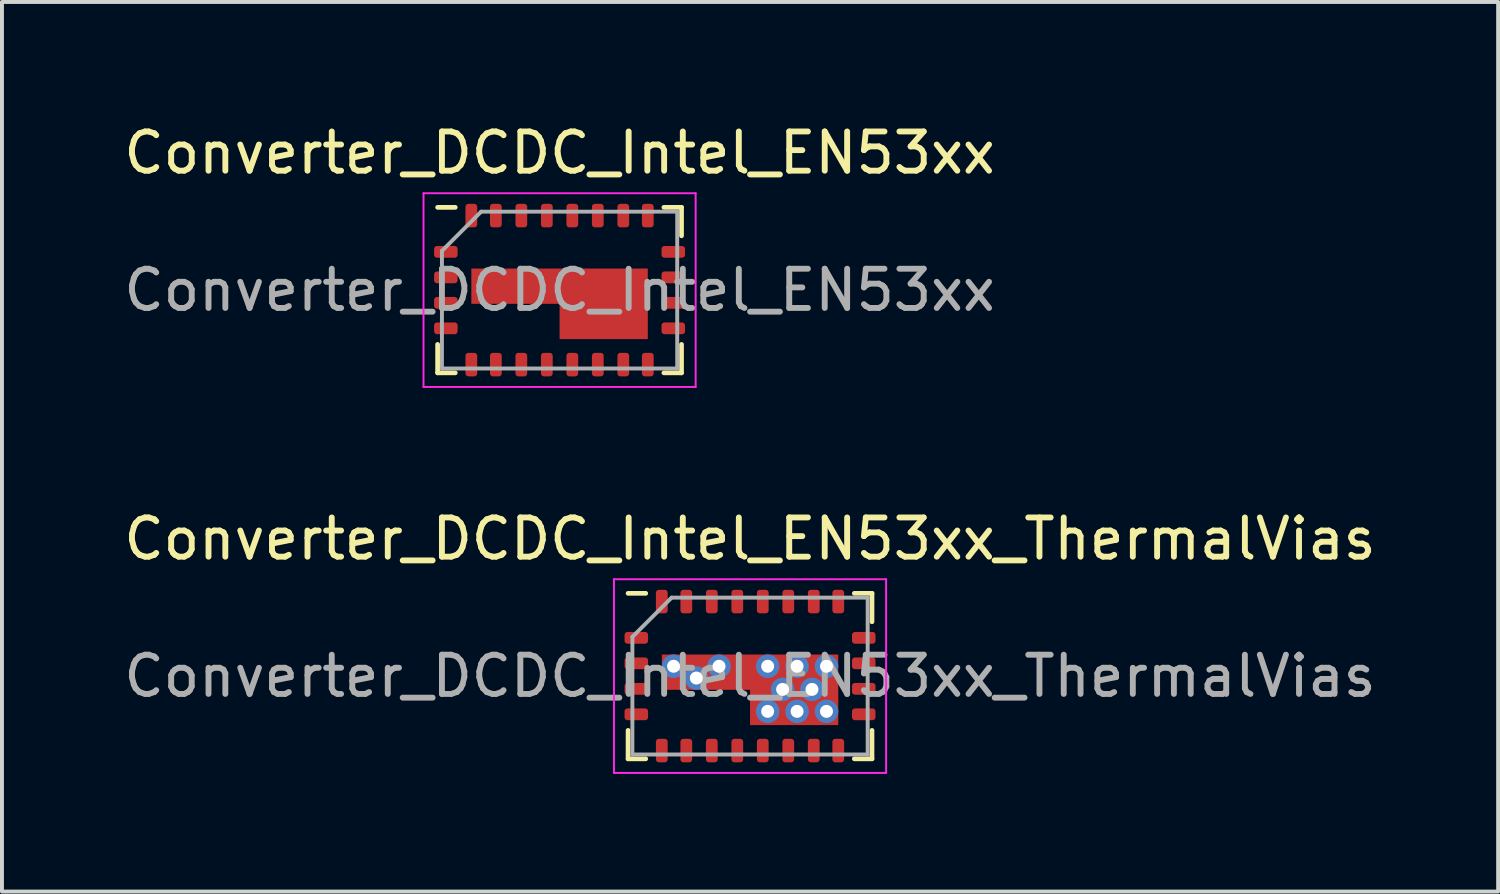
<source format=kicad_pcb>
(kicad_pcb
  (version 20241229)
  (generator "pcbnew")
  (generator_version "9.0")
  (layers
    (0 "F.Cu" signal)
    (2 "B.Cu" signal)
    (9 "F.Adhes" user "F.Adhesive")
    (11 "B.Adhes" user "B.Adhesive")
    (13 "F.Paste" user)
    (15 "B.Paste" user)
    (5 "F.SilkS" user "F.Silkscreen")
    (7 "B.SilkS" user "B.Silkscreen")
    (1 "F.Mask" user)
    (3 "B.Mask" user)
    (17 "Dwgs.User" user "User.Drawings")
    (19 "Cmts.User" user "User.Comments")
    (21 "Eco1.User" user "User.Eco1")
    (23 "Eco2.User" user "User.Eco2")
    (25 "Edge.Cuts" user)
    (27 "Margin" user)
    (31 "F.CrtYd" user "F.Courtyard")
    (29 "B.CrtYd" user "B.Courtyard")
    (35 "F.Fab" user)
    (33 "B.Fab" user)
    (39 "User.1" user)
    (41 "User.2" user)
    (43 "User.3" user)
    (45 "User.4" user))
  (footprint "Converter_DCDC_Intel_EN53xx"
    (layer "F.Cu")
    (at 11.22 4.348)
    (property "Reference" "Converter_DCDC_Intel_EN53xx" (at 0 -3.5 0) (layer "F.SilkS") (effects (font (size 1 1) (thickness 0.15))))
    (attr smd)
    (fp_line (start -3.11 -2.11) (end -2.66 -2.11) (stroke (width 0.12) (type solid)) (layer "F.SilkS"))
    (fp_line (start -3.11 2.11) (end -3.11 1.385) (stroke (width 0.12) (type solid)) (layer "F.SilkS"))
    (fp_line (start -3.11 2.11) (end -2.66 2.11) (stroke (width 0.12) (type solid)) (layer "F.SilkS"))
    (fp_line (start 3.11 -2.11) (end 2.66 -2.11) (stroke (width 0.12) (type solid)) (layer "F.SilkS"))
    (fp_line (start 3.11 -2.11) (end 3.11 -1.385) (stroke (width 0.12) (type solid)) (layer "F.SilkS"))
    (fp_line (start 3.11 1.385) (end 3.11 2.11) (stroke (width 0.12) (type solid)) (layer "F.SilkS"))
    (fp_line (start 3.11 2.11) (end 2.66 2.11) (stroke (width 0.12) (type solid)) (layer "F.SilkS"))
    (fp_line (start -3.47 -2.47) (end 3.47 -2.47) (stroke (width 0.05) (type solid)) (layer "F.CrtYd"))
    (fp_line (start -3.47 2.47) (end -3.47 -2.47) (stroke (width 0.05) (type solid)) (layer "F.CrtYd"))
    (fp_line (start 3.47 -2.47) (end 3.47 2.47) (stroke (width 0.05) (type solid)) (layer "F.CrtYd"))
    (fp_line (start 3.47 2.47) (end -3.47 2.47) (stroke (width 0.05) (type solid)) (layer "F.CrtYd"))
    (fp_line (start -3 -1) (end -3 2) (stroke (width 0.1) (type solid)) (layer "F.Fab"))
    (fp_line (start -3 -1) (end -2 -2) (stroke (width 0.1) (type solid)) (layer "F.Fab"))
    (fp_line (start -2 -2) (end 3 -2) (stroke (width 0.1) (type solid)) (layer "F.Fab"))
    (fp_line (start 3 2) (end -3 2) (stroke (width 0.1) (type solid)) (layer "F.Fab"))
    (fp_line (start 3 2) (end 3 -2) (stroke (width 0.1) (type solid)) (layer "F.Fab"))
    (fp_text user "${REFERENCE}" (at 0 0 0) (layer "F.Fab") (effects (font (size 1 1) (thickness 0.15))))
    (pad "" smd rect (at -1.3 -0.1) (size 1.9 0.9) (layers "F.Mask"))
    (pad "" smd rect (at -1.2 -0.1) (size 0.9 0.57) (layers "F.Paste"))
    (pad "" smd rect (at 0.65 0.35) (size 0.7 0.9) (layers "F.Paste"))
    (pad "" smd rect (at 1.125 0.35) (size 2.25 1.8) (layers "F.Mask"))
    (pad "" smd rect (at 1.65 0.35) (size 0.7 0.9) (layers "F.Paste"))
    (pad "1" smd roundrect (at -2.9 -0.975 90) (size 0.3 0.6) (layers "F.Cu" "F.Mask" "F.Paste") (roundrect_rratio 0.25))
    (pad "2" smd roundrect (at -2.9 -0.325 90) (size 0.3 0.6) (layers "F.Cu" "F.Mask" "F.Paste") (roundrect_rratio 0.25))
    (pad "3" smd roundrect (at -2.9 0.325 90) (size 0.3 0.6) (layers "F.Cu" "F.Mask" "F.Paste") (roundrect_rratio 0.25))
    (pad "4" smd roundrect (at -2.9 0.975 90) (size 0.3 0.6) (layers "F.Cu" "F.Mask" "F.Paste") (roundrect_rratio 0.25))
    (pad "5" smd roundrect (at -2.25 1.9 180) (size 0.3 0.6) (layers "F.Cu" "F.Mask" "F.Paste") (roundrect_rratio 0.25))
    (pad "6" smd roundrect (at -1.625 1.9 180) (size 0.3 0.6) (layers "F.Cu" "F.Mask" "F.Paste") (roundrect_rratio 0.25))
    (pad "7" smd roundrect (at -0.975 1.9 180) (size 0.3 0.6) (layers "F.Cu" "F.Mask" "F.Paste") (roundrect_rratio 0.25))
    (pad "8" smd roundrect (at -0.325 1.9 180) (size 0.3 0.6) (layers "F.Cu" "F.Mask" "F.Paste") (roundrect_rratio 0.25))
    (pad "9" smd roundrect (at 0.325 1.9 180) (size 0.3 0.6) (layers "F.Cu" "F.Mask" "F.Paste") (roundrect_rratio 0.25))
    (pad "10" smd roundrect (at 0.975 1.9 180) (size 0.3 0.6) (layers "F.Cu" "F.Mask" "F.Paste") (roundrect_rratio 0.25))
    (pad "11" smd roundrect (at 1.625 1.9 180) (size 0.3 0.6) (layers "F.Cu" "F.Mask" "F.Paste") (roundrect_rratio 0.25))
    (pad "12" smd roundrect (at 2.25 1.9 180) (size 0.3 0.6) (layers "F.Cu" "F.Mask" "F.Paste") (roundrect_rratio 0.25))
    (pad "13" smd roundrect (at 2.9 0.975 90) (size 0.3 0.6) (layers "F.Cu" "F.Mask" "F.Paste") (roundrect_rratio 0.25))
    (pad "14" smd roundrect (at 2.9 0.325 90) (size 0.3 0.6) (layers "F.Cu" "F.Mask" "F.Paste") (roundrect_rratio 0.25))
    (pad "15" smd roundrect (at 2.9 -0.325 90) (size 0.3 0.6) (layers "F.Cu" "F.Mask" "F.Paste") (roundrect_rratio 0.25))
    (pad "16" smd roundrect (at 2.9 -0.975 90) (size 0.3 0.6) (layers "F.Cu" "F.Mask" "F.Paste") (roundrect_rratio 0.25))
    (pad "17" smd roundrect (at 2.25 -1.9 180) (size 0.3 0.6) (layers "F.Cu" "F.Mask" "F.Paste") (roundrect_rratio 0.25))
    (pad "18" smd roundrect (at 1.625 -1.9 180) (size 0.3 0.6) (layers "F.Cu" "F.Mask" "F.Paste") (roundrect_rratio 0.25))
    (pad "19" smd roundrect (at 0.975 -1.9 180) (size 0.3 0.6) (layers "F.Cu" "F.Mask" "F.Paste") (roundrect_rratio 0.25))
    (pad "20" smd roundrect (at 0.325 -1.9 180) (size 0.3 0.6) (layers "F.Cu" "F.Mask" "F.Paste") (roundrect_rratio 0.25))
    (pad "21" smd roundrect (at -0.325 -1.9 180) (size 0.3 0.6) (layers "F.Cu" "F.Mask" "F.Paste") (roundrect_rratio 0.25))
    (pad "22" smd roundrect (at -0.975 -1.9 180) (size 0.3 0.6) (layers "F.Cu" "F.Mask" "F.Paste") (roundrect_rratio 0.25))
    (pad "23" smd roundrect (at -1.625 -1.9 180) (size 0.3 0.6) (layers "F.Cu" "F.Mask" "F.Paste") (roundrect_rratio 0.25))
    (pad "24" smd roundrect (at -2.25 -1.9) (size 0.3 0.6) (layers "F.Cu" "F.Mask" "F.Paste") (roundrect_rratio 0.25))
    (pad "25" smd custom (at 1.125 0.35) (size 2.25 1.8) (layers "F.Cu") (options (anchor rect)) (primitives (gr_poly (pts (xy -1.125 -0.9) (xy -3.375 -0.9) (xy -3.375 0) (xy -1.125 0)) (width 0) (fill yes)))))
  (footprint "Converter_DCDC_Intel_EN53xx_ThermalVias"
    (layer "F.Cu")
    (at 16.077 14.191)
    (property "Reference" "Converter_DCDC_Intel_EN53xx_ThermalVias" (at 0 -3.5 0) (layer "F.SilkS") (effects (font (size 1 1) (thickness 0.15))))
    (attr smd)
    (fp_line (start -3.11 -2.11) (end -2.66 -2.11) (stroke (width 0.12) (type solid)) (layer "F.SilkS"))
    (fp_line (start -3.11 2.11) (end -3.11 1.385) (stroke (width 0.12) (type solid)) (layer "F.SilkS"))
    (fp_line (start -3.11 2.11) (end -2.66 2.11) (stroke (width 0.12) (type solid)) (layer "F.SilkS"))
    (fp_line (start 3.11 -2.11) (end 2.66 -2.11) (stroke (width 0.12) (type solid)) (layer "F.SilkS"))
    (fp_line (start 3.11 -2.11) (end 3.11 -1.385) (stroke (width 0.12) (type solid)) (layer "F.SilkS"))
    (fp_line (start 3.11 1.385) (end 3.11 2.11) (stroke (width 0.12) (type solid)) (layer "F.SilkS"))
    (fp_line (start 3.11 2.11) (end 2.66 2.11) (stroke (width 0.12) (type solid)) (layer "F.SilkS"))
    (fp_line (start -3.47 -2.47) (end 3.47 -2.47) (stroke (width 0.05) (type solid)) (layer "F.CrtYd"))
    (fp_line (start -3.47 2.47) (end -3.47 -2.47) (stroke (width 0.05) (type solid)) (layer "F.CrtYd"))
    (fp_line (start 3.47 -2.47) (end 3.47 2.47) (stroke (width 0.05) (type solid)) (layer "F.CrtYd"))
    (fp_line (start 3.47 2.47) (end -3.47 2.47) (stroke (width 0.05) (type solid)) (layer "F.CrtYd"))
    (fp_line (start -3 -1) (end -3 2) (stroke (width 0.1) (type solid)) (layer "F.Fab"))
    (fp_line (start -3 -1) (end -2 -2) (stroke (width 0.1) (type solid)) (layer "F.Fab"))
    (fp_line (start -2 -2) (end 3 -2) (stroke (width 0.1) (type solid)) (layer "F.Fab"))
    (fp_line (start 3 2) (end -3 2) (stroke (width 0.1) (type solid)) (layer "F.Fab"))
    (fp_line (start 3 2) (end 3 -2) (stroke (width 0.1) (type solid)) (layer "F.Fab"))
    (fp_text user "${REFERENCE}" (at 0 0 0) (layer "F.Fab") (effects (font (size 1 1) (thickness 0.15))))
    (pad "" smd rect (at -1.3 -0.1) (size 1.9 0.9) (layers "F.Mask"))
    (pad "" smd rect (at -1.2 -0.1) (size 0.9 0.57) (layers "F.Paste"))
    (pad "" smd rect (at 0.65 0.35) (size 0.7 0.9) (layers "F.Paste"))
    (pad "" smd rect (at 1.125 0.35) (size 2.25 1.8) (layers "F.Mask"))
    (pad "" smd rect (at 1.65 0.35) (size 0.7 0.9) (layers "F.Paste"))
    (pad "1" smd roundrect (at -2.9 -0.975 90) (size 0.3 0.6) (layers "F.Cu" "F.Mask" "F.Paste") (roundrect_rratio 0.25))
    (pad "2" smd roundrect (at -2.9 -0.325 90) (size 0.3 0.6) (layers "F.Cu" "F.Mask" "F.Paste") (roundrect_rratio 0.25))
    (pad "3" smd roundrect (at -2.9 0.325 90) (size 0.3 0.6) (layers "F.Cu" "F.Mask" "F.Paste") (roundrect_rratio 0.25))
    (pad "4" smd roundrect (at -2.9 0.975 90) (size 0.3 0.6) (layers "F.Cu" "F.Mask" "F.Paste") (roundrect_rratio 0.25))
    (pad "5" smd roundrect (at -2.25 1.9 180) (size 0.3 0.6) (layers "F.Cu" "F.Mask" "F.Paste") (roundrect_rratio 0.25))
    (pad "6" smd roundrect (at -1.625 1.9 180) (size 0.3 0.6) (layers "F.Cu" "F.Mask" "F.Paste") (roundrect_rratio 0.25))
    (pad "7" smd roundrect (at -0.975 1.9 180) (size 0.3 0.6) (layers "F.Cu" "F.Mask" "F.Paste") (roundrect_rratio 0.25))
    (pad "8" smd roundrect (at -0.325 1.9 180) (size 0.3 0.6) (layers "F.Cu" "F.Mask" "F.Paste") (roundrect_rratio 0.25))
    (pad "9" smd roundrect (at 0.325 1.9 180) (size 0.3 0.6) (layers "F.Cu" "F.Mask" "F.Paste") (roundrect_rratio 0.25))
    (pad "10" smd roundrect (at 0.975 1.9 180) (size 0.3 0.6) (layers "F.Cu" "F.Mask" "F.Paste") (roundrect_rratio 0.25))
    (pad "11" smd roundrect (at 1.625 1.9 180) (size 0.3 0.6) (layers "F.Cu" "F.Mask" "F.Paste") (roundrect_rratio 0.25))
    (pad "12" smd roundrect (at 2.25 1.9 180) (size 0.3 0.6) (layers "F.Cu" "F.Mask" "F.Paste") (roundrect_rratio 0.25))
    (pad "13" smd roundrect (at 2.9 0.975 90) (size 0.3 0.6) (layers "F.Cu" "F.Mask" "F.Paste") (roundrect_rratio 0.25))
    (pad "14" smd roundrect (at 2.9 0.325 90) (size 0.3 0.6) (layers "F.Cu" "F.Mask" "F.Paste") (roundrect_rratio 0.25))
    (pad "15" smd roundrect (at 2.9 -0.325 90) (size 0.3 0.6) (layers "F.Cu" "F.Mask" "F.Paste") (roundrect_rratio 0.25))
    (pad "16" smd roundrect (at 2.9 -0.975 90) (size 0.3 0.6) (layers "F.Cu" "F.Mask" "F.Paste") (roundrect_rratio 0.25))
    (pad "17" smd roundrect (at 2.25 -1.9 180) (size 0.3 0.6) (layers "F.Cu" "F.Mask" "F.Paste") (roundrect_rratio 0.25))
    (pad "18" smd roundrect (at 1.625 -1.9 180) (size 0.3 0.6) (layers "F.Cu" "F.Mask" "F.Paste") (roundrect_rratio 0.25))
    (pad "19" smd roundrect (at 0.975 -1.9 180) (size 0.3 0.6) (layers "F.Cu" "F.Mask" "F.Paste") (roundrect_rratio 0.25))
    (pad "20" smd roundrect (at 0.325 -1.9 180) (size 0.3 0.6) (layers "F.Cu" "F.Mask" "F.Paste") (roundrect_rratio 0.25))
    (pad "21" smd roundrect (at -0.325 -1.9 180) (size 0.3 0.6) (layers "F.Cu" "F.Mask" "F.Paste") (roundrect_rratio 0.25))
    (pad "22" smd roundrect (at -0.975 -1.9 180) (size 0.3 0.6) (layers "F.Cu" "F.Mask" "F.Paste") (roundrect_rratio 0.25))
    (pad "23" smd roundrect (at -1.625 -1.9 180) (size 0.3 0.6) (layers "F.Cu" "F.Mask" "F.Paste") (roundrect_rratio 0.25))
    (pad "24" smd roundrect (at -2.25 -1.9) (size 0.3 0.6) (layers "F.Cu" "F.Mask" "F.Paste") (roundrect_rratio 0.25))
    (pad "25" thru_hole circle (at -1.95 -0.25) (size 0.6 0.6) (drill 0.33) (layers "*.Cu" "*.Mask"))
    (pad "25" thru_hole circle (at -1.37 0.05) (size 0.6 0.6) (drill 0.33) (layers "*.Cu" "*.Mask"))
    (pad "25" thru_hole circle (at -0.79 -0.25) (size 0.6 0.6) (drill 0.33) (layers "*.Cu" "*.Mask"))
    (pad "25" thru_hole circle (at 0.45 -0.25) (size 0.6 0.6) (drill 0.33) (layers "*.Cu" "*.Mask"))
    (pad "25" thru_hole circle (at 0.45 0.9) (size 0.6 0.6) (drill 0.33) (layers "*.Cu" "*.Mask"))
    (pad "25" thru_hole circle (at 0.83 0.34) (size 0.6 0.6) (drill 0.33) (layers "*.Cu" "*.Mask"))
    (pad "25" smd custom (at 1.125 0.35) (size 2.25 1.8) (layers "F.Cu") (options (anchor rect)) (primitives (gr_poly (pts (xy -1.125 -0.9) (xy -3.375 -0.9) (xy -3.375 0) (xy -1.125 0)) (width 0) (fill yes))))
    (pad "25" thru_hole circle (at 1.2 -0.25) (size 0.6 0.6) (drill 0.33) (layers "*.Cu" "*.Mask"))
    (pad "25" thru_hole circle (at 1.2 0.9) (size 0.6 0.6) (drill 0.33) (layers "*.Cu" "*.Mask"))
    (pad "25" thru_hole circle (at 1.58 0.34) (size 0.6 0.6) (drill 0.33) (layers "*.Cu" "*.Mask"))
    (pad "25" thru_hole circle (at 1.95 -0.25) (size 0.6 0.6) (drill 0.33) (layers "*.Cu" "*.Mask"))
    (pad "25" thru_hole circle (at 1.95 0.9) (size 0.6 0.6) (drill 0.33) (layers "*.Cu" "*.Mask")))
  (gr_rect
    (start -3 -3)
    (end 35.155 19.686)
    (stroke (width 0.1) (type default))
    (fill no)
    (layer "Edge.Cuts")))
</source>
